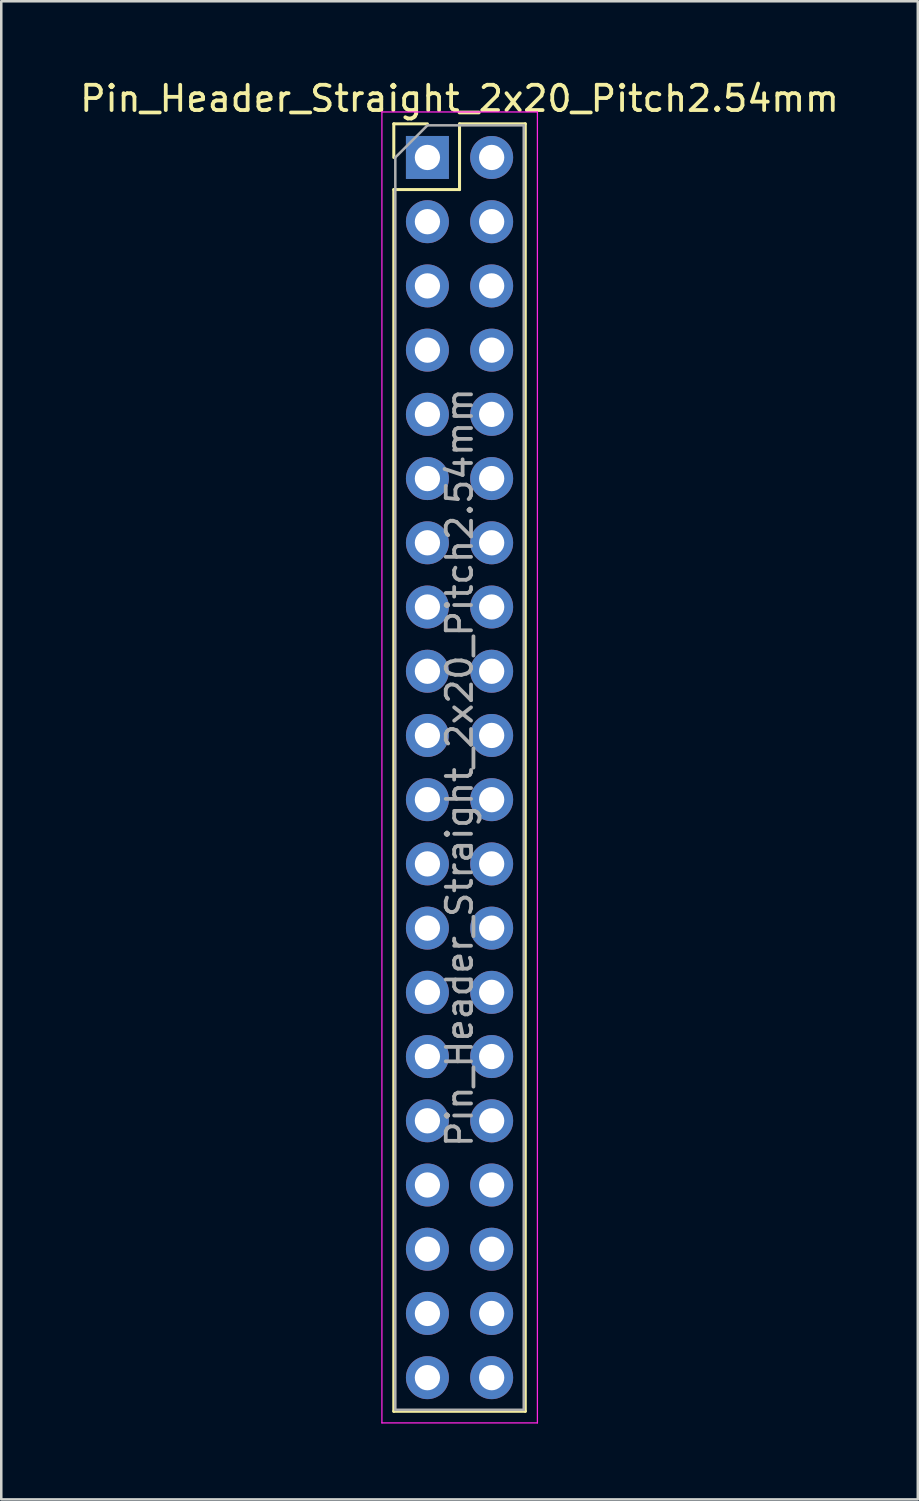
<source format=kicad_pcb>
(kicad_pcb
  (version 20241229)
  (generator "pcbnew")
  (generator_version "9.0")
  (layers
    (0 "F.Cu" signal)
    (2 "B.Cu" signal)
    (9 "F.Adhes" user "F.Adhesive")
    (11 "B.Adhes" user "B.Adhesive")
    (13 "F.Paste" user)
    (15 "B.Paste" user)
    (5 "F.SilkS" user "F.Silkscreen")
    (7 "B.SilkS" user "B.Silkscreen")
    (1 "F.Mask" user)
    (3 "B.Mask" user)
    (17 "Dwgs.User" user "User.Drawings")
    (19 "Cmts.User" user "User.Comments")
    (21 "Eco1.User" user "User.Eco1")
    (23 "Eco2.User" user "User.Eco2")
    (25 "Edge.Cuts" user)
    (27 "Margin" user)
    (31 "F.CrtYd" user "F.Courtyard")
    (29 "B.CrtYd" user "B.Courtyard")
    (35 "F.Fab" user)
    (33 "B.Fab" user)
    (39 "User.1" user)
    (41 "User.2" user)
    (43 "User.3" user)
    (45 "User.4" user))
  (footprint "Pin_Header_Straight_2x20_Pitch2.54mm"
    (layer "F.Cu")
    (at 13.855 3.178)
    (property "Reference" "Pin_Header_Straight_2x20_Pitch2.54mm" (at 1.27 -2.33 0) (layer "F.SilkS") (effects (font (size 1 1) (thickness 0.15))))
    (attr through_hole)
    (fp_line (start -1.33 -1.33) (end 0 -1.33) (stroke (width 0.12) (type solid)) (layer "F.SilkS"))
    (fp_line (start -1.33 0) (end -1.33 -1.33) (stroke (width 0.12) (type solid)) (layer "F.SilkS"))
    (fp_line (start -1.33 1.27) (end -1.33 49.59) (stroke (width 0.12) (type solid)) (layer "F.SilkS"))
    (fp_line (start -1.33 1.27) (end 1.27 1.27) (stroke (width 0.12) (type solid)) (layer "F.SilkS"))
    (fp_line (start -1.33 49.59) (end 3.87 49.59) (stroke (width 0.12) (type solid)) (layer "F.SilkS"))
    (fp_line (start 1.27 -1.33) (end 3.87 -1.33) (stroke (width 0.12) (type solid)) (layer "F.SilkS"))
    (fp_line (start 1.27 1.27) (end 1.27 -1.33) (stroke (width 0.12) (type solid)) (layer "F.SilkS"))
    (fp_line (start 3.87 -1.33) (end 3.87 49.59) (stroke (width 0.12) (type solid)) (layer "F.SilkS"))
    (fp_line (start -1.8 -1.8) (end -1.8 50.05) (stroke (width 0.05) (type solid)) (layer "F.CrtYd"))
    (fp_line (start -1.8 50.05) (end 4.35 50.05) (stroke (width 0.05) (type solid)) (layer "F.CrtYd"))
    (fp_line (start 4.35 -1.8) (end -1.8 -1.8) (stroke (width 0.05) (type solid)) (layer "F.CrtYd"))
    (fp_line (start 4.35 50.05) (end 4.35 -1.8) (stroke (width 0.05) (type solid)) (layer "F.CrtYd"))
    (fp_line (start -1.27 0) (end 0 -1.27) (stroke (width 0.1) (type solid)) (layer "F.Fab"))
    (fp_line (start -1.27 49.53) (end -1.27 0) (stroke (width 0.1) (type solid)) (layer "F.Fab"))
    (fp_line (start 0 -1.27) (end 3.81 -1.27) (stroke (width 0.1) (type solid)) (layer "F.Fab"))
    (fp_line (start 3.81 -1.27) (end 3.81 49.53) (stroke (width 0.1) (type solid)) (layer "F.Fab"))
    (fp_line (start 3.81 49.53) (end -1.27 49.53) (stroke (width 0.1) (type solid)) (layer "F.Fab"))
    (fp_text user "${REFERENCE}" (at 1.27 24.13 90) (layer "F.Fab") (effects (font (size 1 1) (thickness 0.15))))
    (pad "1" thru_hole rect (at 0 0) (size 1.7 1.7) (drill 1) (layers "*.Cu" "*.Mask"))
    (pad "2" thru_hole oval (at 2.54 0) (size 1.7 1.7) (drill 1) (layers "*.Cu" "*.Mask"))
    (pad "3" thru_hole oval (at 0 2.54) (size 1.7 1.7) (drill 1) (layers "*.Cu" "*.Mask"))
    (pad "4" thru_hole oval (at 2.54 2.54) (size 1.7 1.7) (drill 1) (layers "*.Cu" "*.Mask"))
    (pad "5" thru_hole oval (at 0 5.08) (size 1.7 1.7) (drill 1) (layers "*.Cu" "*.Mask"))
    (pad "6" thru_hole oval (at 2.54 5.08) (size 1.7 1.7) (drill 1) (layers "*.Cu" "*.Mask"))
    (pad "7" thru_hole oval (at 0 7.62) (size 1.7 1.7) (drill 1) (layers "*.Cu" "*.Mask"))
    (pad "8" thru_hole oval (at 2.54 7.62) (size 1.7 1.7) (drill 1) (layers "*.Cu" "*.Mask"))
    (pad "9" thru_hole oval (at 0 10.16) (size 1.7 1.7) (drill 1) (layers "*.Cu" "*.Mask"))
    (pad "10" thru_hole oval (at 2.54 10.16) (size 1.7 1.7) (drill 1) (layers "*.Cu" "*.Mask"))
    (pad "11" thru_hole oval (at 0 12.7) (size 1.7 1.7) (drill 1) (layers "*.Cu" "*.Mask"))
    (pad "12" thru_hole oval (at 2.54 12.7) (size 1.7 1.7) (drill 1) (layers "*.Cu" "*.Mask"))
    (pad "13" thru_hole oval (at 0 15.24) (size 1.7 1.7) (drill 1) (layers "*.Cu" "*.Mask"))
    (pad "14" thru_hole oval (at 2.54 15.24) (size 1.7 1.7) (drill 1) (layers "*.Cu" "*.Mask"))
    (pad "15" thru_hole oval (at 0 17.78) (size 1.7 1.7) (drill 1) (layers "*.Cu" "*.Mask"))
    (pad "16" thru_hole oval (at 2.54 17.78) (size 1.7 1.7) (drill 1) (layers "*.Cu" "*.Mask"))
    (pad "17" thru_hole oval (at 0 20.32) (size 1.7 1.7) (drill 1) (layers "*.Cu" "*.Mask"))
    (pad "18" thru_hole oval (at 2.54 20.32) (size 1.7 1.7) (drill 1) (layers "*.Cu" "*.Mask"))
    (pad "19" thru_hole oval (at 0 22.86) (size 1.7 1.7) (drill 1) (layers "*.Cu" "*.Mask"))
    (pad "20" thru_hole oval (at 2.54 22.86) (size 1.7 1.7) (drill 1) (layers "*.Cu" "*.Mask"))
    (pad "21" thru_hole oval (at 0 25.4) (size 1.7 1.7) (drill 1) (layers "*.Cu" "*.Mask"))
    (pad "22" thru_hole oval (at 2.54 25.4) (size 1.7 1.7) (drill 1) (layers "*.Cu" "*.Mask"))
    (pad "23" thru_hole oval (at 0 27.94) (size 1.7 1.7) (drill 1) (layers "*.Cu" "*.Mask"))
    (pad "24" thru_hole oval (at 2.54 27.94) (size 1.7 1.7) (drill 1) (layers "*.Cu" "*.Mask"))
    (pad "25" thru_hole oval (at 0 30.48) (size 1.7 1.7) (drill 1) (layers "*.Cu" "*.Mask"))
    (pad "26" thru_hole oval (at 2.54 30.48) (size 1.7 1.7) (drill 1) (layers "*.Cu" "*.Mask"))
    (pad "27" thru_hole oval (at 0 33.02) (size 1.7 1.7) (drill 1) (layers "*.Cu" "*.Mask"))
    (pad "28" thru_hole oval (at 2.54 33.02) (size 1.7 1.7) (drill 1) (layers "*.Cu" "*.Mask"))
    (pad "29" thru_hole oval (at 0 35.56) (size 1.7 1.7) (drill 1) (layers "*.Cu" "*.Mask"))
    (pad "30" thru_hole oval (at 2.54 35.56) (size 1.7 1.7) (drill 1) (layers "*.Cu" "*.Mask"))
    (pad "31" thru_hole oval (at 0 38.1) (size 1.7 1.7) (drill 1) (layers "*.Cu" "*.Mask"))
    (pad "32" thru_hole oval (at 2.54 38.1) (size 1.7 1.7) (drill 1) (layers "*.Cu" "*.Mask"))
    (pad "33" thru_hole oval (at 0 40.64) (size 1.7 1.7) (drill 1) (layers "*.Cu" "*.Mask"))
    (pad "34" thru_hole oval (at 2.54 40.64) (size 1.7 1.7) (drill 1) (layers "*.Cu" "*.Mask"))
    (pad "35" thru_hole oval (at 0 43.18) (size 1.7 1.7) (drill 1) (layers "*.Cu" "*.Mask"))
    (pad "36" thru_hole oval (at 2.54 43.18) (size 1.7 1.7) (drill 1) (layers "*.Cu" "*.Mask"))
    (pad "37" thru_hole oval (at 0 45.72) (size 1.7 1.7) (drill 1) (layers "*.Cu" "*.Mask"))
    (pad "38" thru_hole oval (at 2.54 45.72) (size 1.7 1.7) (drill 1) (layers "*.Cu" "*.Mask"))
    (pad "39" thru_hole oval (at 0 48.26) (size 1.7 1.7) (drill 1) (layers "*.Cu" "*.Mask"))
    (pad "40" thru_hole oval (at 2.54 48.26) (size 1.7 1.7) (drill 1) (layers "*.Cu" "*.Mask")))
  (gr_rect
    (start -3 -3)
    (end 33.25 56.253)
    (stroke (width 0.1) (type default))
    (fill no)
    (layer "Edge.Cuts")))
</source>
